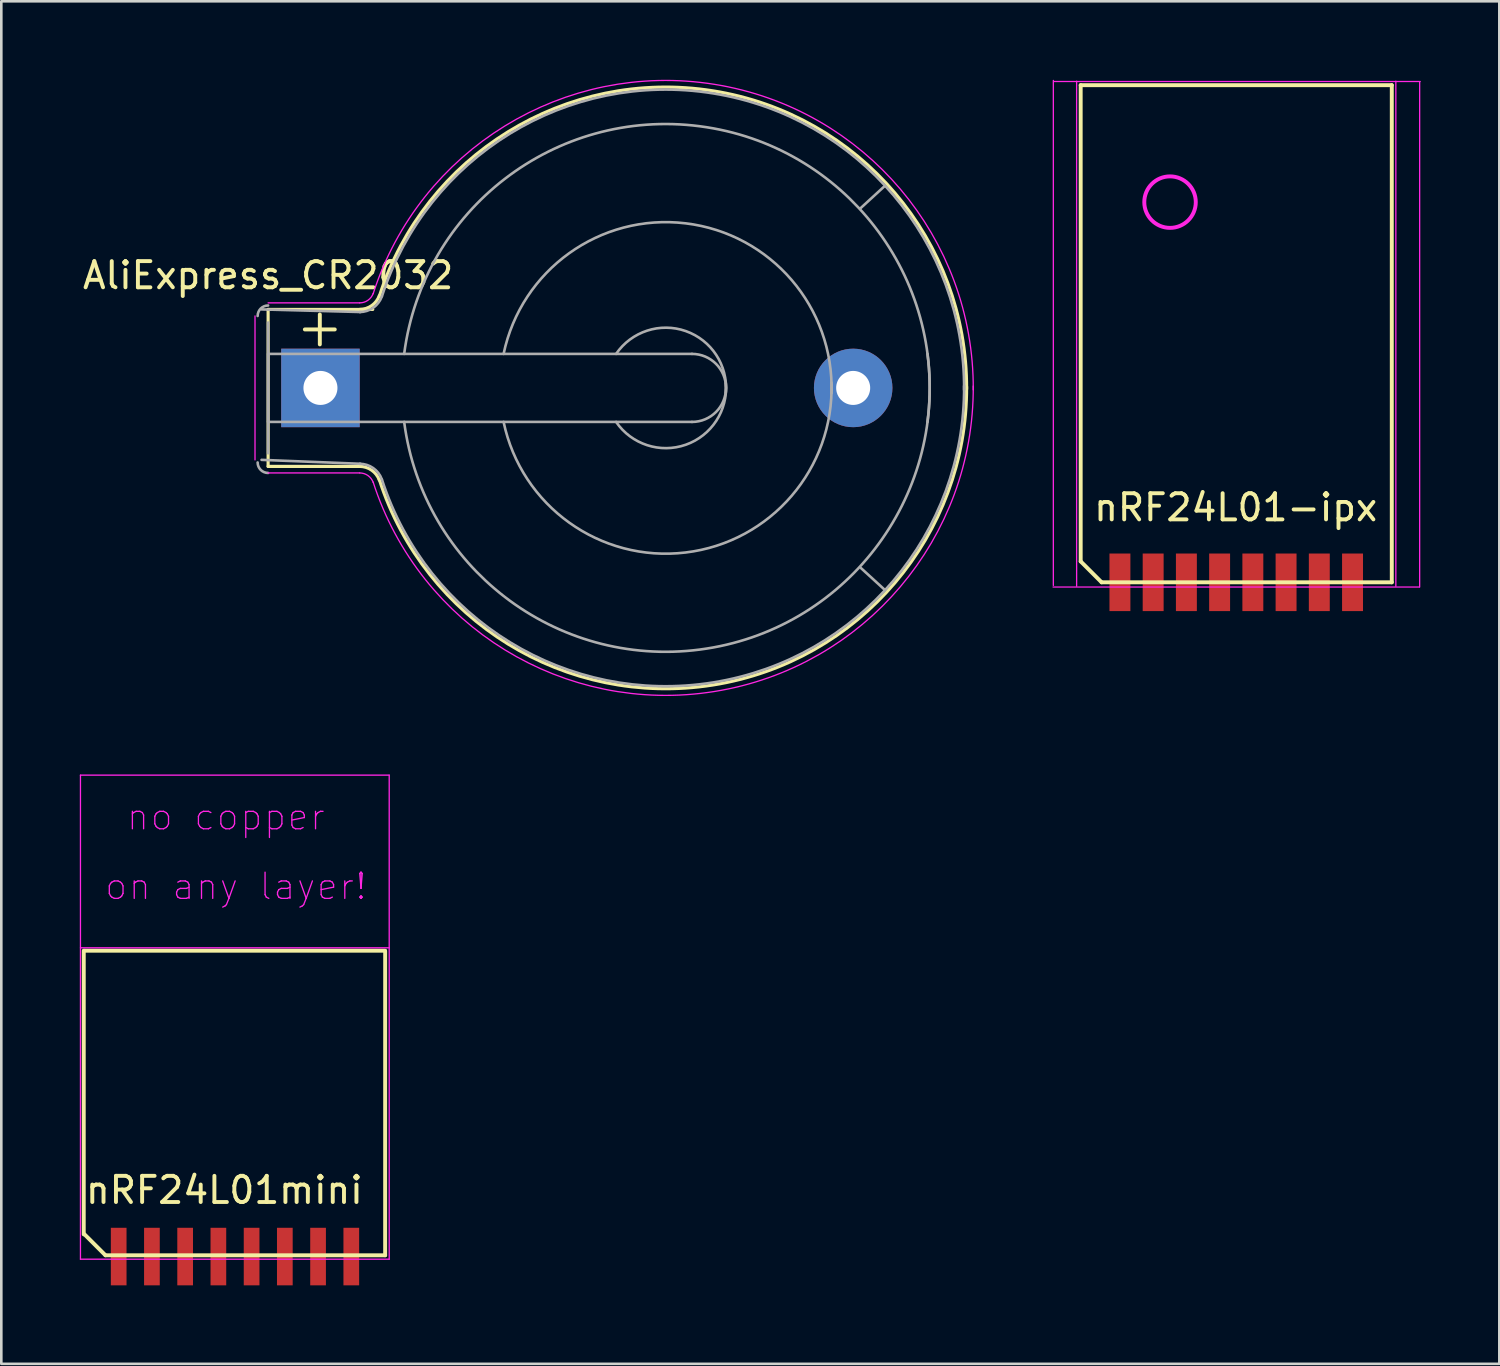
<source format=kicad_pcb>
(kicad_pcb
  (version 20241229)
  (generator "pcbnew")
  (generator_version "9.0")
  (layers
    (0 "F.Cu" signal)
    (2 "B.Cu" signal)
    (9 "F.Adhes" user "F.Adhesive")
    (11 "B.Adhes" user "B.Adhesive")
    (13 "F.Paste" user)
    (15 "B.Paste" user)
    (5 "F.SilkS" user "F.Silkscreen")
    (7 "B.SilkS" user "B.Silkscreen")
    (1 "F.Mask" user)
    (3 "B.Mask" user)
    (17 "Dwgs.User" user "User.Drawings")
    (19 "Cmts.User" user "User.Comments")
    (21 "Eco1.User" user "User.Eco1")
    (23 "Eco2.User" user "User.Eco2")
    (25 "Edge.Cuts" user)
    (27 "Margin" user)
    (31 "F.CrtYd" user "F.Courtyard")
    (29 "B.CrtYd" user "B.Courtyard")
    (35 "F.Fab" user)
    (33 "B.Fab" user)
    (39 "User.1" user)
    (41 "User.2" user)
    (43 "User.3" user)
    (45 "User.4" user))
  (footprint "AliExpress_CR2032"
    (layer "F.Cu")
    (at 9.173 11.712)
    (property "Reference" "AliExpress_CR2032" (at -1.976 -4.237 0) (layer "F.SilkS") (effects (font (size 1 1) (thickness 0.15))))
    (attr through_hole)
    (fp_line (start -1.976 -2.937) (end 2.023 -2.937) (stroke (width 0.12) (type solid)) (layer "F.SilkS"))
    (fp_line (start -1.976 3.063) (end -1.976 -2.937) (stroke (width 0.12) (type solid)) (layer "F.SilkS"))
    (fp_line (start -1.976 3.063) (end 1.524 3.063) (stroke (width 0.12) (type solid)) (layer "F.SilkS"))
    (fp_arc (start 1.5235 3.0635) (mid 1.982361 3.208178) (end 2.275254 3.589884) (stroke (width 0.12) (type solid)) (layer "F.SilkS"))
    (fp_arc (start 2.2735 -3.4365) (mid 15.017014 -11.29149) (end 24.719171 0.108781) (stroke (width 0.12) (type solid)) (layer "F.SilkS"))
    (fp_arc (start 2.275254 -3.462884) (mid 1.982361 -3.081178) (end 1.5235 -2.9365) (stroke (width 0.12) (type solid)) (layer "F.SilkS"))
    (fp_arc (start 24.719171 0.018219) (mid 15.017014 11.41849) (end 2.2735 3.5635) (stroke (width 0.12) (type solid)) (layer "F.SilkS"))
    (fp_line (start -2.477 2.813) (end -2.477 -2.687) (stroke (width 0.05) (type solid)) (layer "F.CrtYd"))
    (fp_line (start -1.976 -3.187) (end 1.524 -3.187) (stroke (width 0.05) (type solid)) (layer "F.CrtYd"))
    (fp_line (start -1.976 3.313) (end 1.524 3.313) (stroke (width 0.05) (type solid)) (layer "F.CrtYd"))
    (fp_arc (start 1.5235 3.3135) (mid 1.838967 3.412966) (end 2.040331 3.675389) (stroke (width 0.05) (type solid)) (layer "F.CrtYd"))
    (fp_arc (start 2.0385 -3.5365) (mid 15.080102 -11.538968) (end 24.973365 0.133487) (stroke (width 0.05) (type solid)) (layer "F.CrtYd"))
    (fp_arc (start 2.040331 -3.548389) (mid 1.838967 -3.285966) (end 1.5235 -3.1865) (stroke (width 0.05) (type solid)) (layer "F.CrtYd"))
    (fp_arc (start 24.973365 -0.006487) (mid 15.080102 11.665968) (end 2.0385 3.6635) (stroke (width 0.05) (type solid)) (layer "F.CrtYd"))
    (fp_line (start -2.227 2.813) (end 1.554 2.963) (stroke (width 0.1) (type solid)) (layer "F.Fab"))
    (fp_line (start -1.976 -2.437) (end -1.976 2.563) (stroke (width 0.1) (type solid)) (layer "F.Fab"))
    (fp_line (start -1.976 -1.236) (end -1.976 1.363) (stroke (width 0.1) (type solid)) (layer "F.Fab"))
    (fp_line (start -1.976 1.363) (end 14.223 1.363) (stroke (width 0.1) (type solid)) (layer "F.Fab"))
    (fp_line (start 1.554 -2.837) (end -2.227 -2.937) (stroke (width 0.1) (type solid)) (layer "F.Fab"))
    (fp_line (start 14.223 -1.236) (end -1.976 -1.236) (stroke (width 0.1) (type solid)) (layer "F.Fab"))
    (fp_line (start 21.595 -7.658) (end 20.655 -6.795) (stroke (width 0.1) (type solid)) (layer "F.Fab"))
    (fp_line (start 21.595 7.785) (end 20.68 6.947) (stroke (width 0.1) (type solid)) (layer "F.Fab"))
    (fp_arc (start -2.3765 -2.6865) (mid -2.259343 -2.969343) (end -1.9765 -3.0865) (stroke (width 0.1) (type solid)) (layer "F.Fab"))
    (fp_arc (start -1.9765 3.3135) (mid -2.259343 3.196343) (end -2.3765 2.9135) (stroke (width 0.1) (type solid)) (layer "F.Fab"))
    (fp_arc (start 1.5235 2.9635) (mid 2.039719 3.126263) (end 2.369223 3.555682) (stroke (width 0.1) (type solid)) (layer "F.Fab"))
    (fp_arc (start 2.369223 -3.428682) (mid 2.039719 -2.999263) (end 1.5235 -2.8365) (stroke (width 0.1) (type solid)) (layer "F.Fab"))
    (fp_arc (start 2.3735 -3.4365) (mid 15.032226 -11.192654) (end 24.623799 0.138851) (stroke (width 0.1) (type solid)) (layer "F.Fab"))
    (fp_arc (start 3.2235 -1.2365) (mid 14.5235 -9.9365) (end 23.2235 1.3635) (stroke (width 0.1) (type solid)) (layer "F.Fab"))
    (fp_arc (start 7.0235 -1.2365) (mid 13.978187 -6.22621) (end 19.555051 0.267131) (stroke (width 0.1) (type solid)) (layer "F.Fab"))
    (fp_arc (start 11.3235 -1.2365) (mid 13.987447 -2.108224) (end 15.518948 0.239333) (stroke (width 0.1) (type solid)) (layer "F.Fab"))
    (fp_arc (start 14.2235 -1.2365) (mid 15.5235 0.0635) (end 14.2235 1.3635) (stroke (width 0.1) (type solid)) (layer "F.Fab"))
    (fp_arc (start 15.518948 -0.112333) (mid 13.987447 2.235224) (end 11.3235 1.3635) (stroke (width 0.1) (type solid)) (layer "F.Fab"))
    (fp_arc (start 19.555051 -0.140131) (mid 13.978187 6.35321) (end 7.0235 1.3635) (stroke (width 0.1) (type solid)) (layer "F.Fab"))
    (fp_arc (start 23.2235 -1.2365) (mid 14.5235 10.0635) (end 3.2235 1.3635) (stroke (width 0.1) (type solid)) (layer "F.Fab"))
    (fp_arc (start 24.623799 -0.011851) (mid 15.032226 11.319654) (end 2.3735 3.5635) (stroke (width 0.1) (type solid)) (layer "F.Fab"))
    (fp_text user "+" (at 0 -2.286 0) (layer "F.SilkS") (effects (font (size 1.5 1.5) (thickness 0.15))))
    (pad "1" thru_hole rect (at 0.024 0.064) (size 3 3) (drill 1.3) (layers "*.Cu" "*.Mask"))
    (pad "2" thru_hole circle (at 20.384 0.064) (size 3 3) (drill 1.3) (layers "*.Cu" "*.Mask")))
  (footprint "nRF24L01-ipx"
    (layer "F.Cu")
    (at 44.197 19.205)
    (property "Reference" "nRF24L01-ipx" (at -0.02 -2.86 0) (layer "F.SilkS") (effects (font (size 1 1) (thickness 0.15))))
    (attr smd)
    (fp_line (start -5.945 -19) (end 5.945 -19) (stroke (width 0.15) (type solid)) (layer "F.SilkS"))
    (fp_line (start -5.945 -0.8) (end -5.945 -19) (stroke (width 0.15) (type solid)) (layer "F.SilkS"))
    (fp_line (start -5.145 0) (end -5.945 -0.8) (stroke (width 0.15) (type solid)) (layer "F.SilkS"))
    (fp_line (start 5.945 -19) (end 5.945 0) (stroke (width 0.15) (type solid)) (layer "F.SilkS"))
    (fp_line (start 5.945 0) (end -5.145 0) (stroke (width 0.15) (type solid)) (layer "F.SilkS"))
    (fp_line (start -6.99 0.12) (end -6.99 -19.18) (stroke (width 0.05) (type solid)) (layer "F.CrtYd"))
    (fp_line (start -6.97 -19.14) (end 7.03 -19.14) (stroke (width 0.05) (type solid)) (layer "F.CrtYd"))
    (fp_line (start -6.1 0.15) (end -6.1 -19.15) (stroke (width 0.05) (type solid)) (layer "F.CrtYd"))
    (fp_line (start 6.1 -19.15) (end 6.1 0.15) (stroke (width 0.05) (type solid)) (layer "F.CrtYd"))
    (fp_line (start 7 0.18) (end -7 0.18) (stroke (width 0.05) (type solid)) (layer "F.CrtYd"))
    (fp_line (start 7.01 0.18) (end 7.01 -19.12) (stroke (width 0.05) (type solid)) (layer "F.CrtYd"))
    (fp_circle (center -2.53 -14.53) (end -1.546 -14.53) (stroke (width 0.15) (type solid)) (fill no) (layer "F.CrtYd"))
    (pad "1" smd rect (at 4.445 0) (size 0.8 2.2) (layers "F.Cu" "F.Mask" "F.Paste"))
    (pad "2" smd rect (at -4.445 0) (size 0.8 2.2) (layers "F.Cu" "F.Mask" "F.Paste"))
    (pad "3" smd rect (at -3.175 0) (size 0.8 2.2) (layers "F.Cu" "F.Mask" "F.Paste"))
    (pad "4" smd rect (at -1.905 0) (size 0.8 2.2) (layers "F.Cu" "F.Mask" "F.Paste"))
    (pad "5" smd rect (at -0.635 0) (size 0.8 2.2) (layers "F.Cu" "F.Mask" "F.Paste"))
    (pad "6" smd rect (at 0.635 0) (size 0.8 2.2) (layers "F.Cu" "F.Mask" "F.Paste"))
    (pad "7" smd rect (at 1.905 0) (size 0.8 2.2) (layers "F.Cu" "F.Mask" "F.Paste"))
    (pad "8" smd rect (at 3.175 0) (size 0.8 2.2) (layers "F.Cu" "F.Mask" "F.Paste")))
  (footprint "nRF24L01mini"
    (layer "F.Cu")
    (at 5.931 44.974)
    (property "Reference" "nRF24L01mini" (at -0.406 -2.54 0) (layer "F.SilkS") (effects (font (size 1 1) (thickness 0.15))))
    (attr smd)
    (fp_line (start -5.781 -0.849) (end -5.78 -11.69) (stroke (width 0.15) (type solid)) (layer "F.SilkS"))
    (fp_line (start -5.756 -11.689) (end 5.734 -11.689) (stroke (width 0.15) (type solid)) (layer "F.SilkS"))
    (fp_line (start -4.951 -0.049) (end -5.751 -0.849) (stroke (width 0.15) (type solid)) (layer "F.SilkS"))
    (fp_line (start 5.739 -0.049) (end -4.951 -0.049) (stroke (width 0.15) (type solid)) (layer "F.SilkS"))
    (fp_line (start 5.74 -11.68) (end 5.739 -0.049) (stroke (width 0.15) (type solid)) (layer "F.SilkS"))
    (fp_line (start -5.906 -18.399) (end 5.894 -18.399) (stroke (width 0.05) (type solid)) (layer "F.CrtYd"))
    (fp_line (start -5.906 0.101) (end -5.906 -18.399) (stroke (width 0.05) (type solid)) (layer "F.CrtYd"))
    (fp_line (start -5.905 -11.8) (end 5.895 -11.8) (stroke (width 0.05) (type solid)) (layer "F.CrtYd"))
    (fp_line (start 5.894 -18.399) (end 5.894 0.101) (stroke (width 0.05) (type solid)) (layer "F.CrtYd"))
    (fp_line (start 5.894 0.101) (end -5.906 0.101) (stroke (width 0.05) (type solid)) (layer "F.CrtYd"))
    (fp_text user "on any layer!" (at 0.03 -14.15 0) (layer "F.CrtYd") (effects (font (size 1 1) (thickness 0.05))))
    (fp_text user "no copper" (at -0.35 -16.81 0) (layer "F.CrtYd") (effects (font (size 1 1) (thickness 0.05))))
    (pad "1" smd rect (at -3.175 0) (size 0.6 2.2) (layers "F.Cu" "F.Mask" "F.Paste"))
    (pad "2" smd rect (at -4.445 0) (size 0.6 2.2) (layers "F.Cu" "F.Mask" "F.Paste"))
    (pad "3" smd rect (at -1.905 0) (size 0.6 2.2) (layers "F.Cu" "F.Mask" "F.Paste"))
    (pad "4" smd rect (at -0.635 0) (size 0.6 2.2) (layers "F.Cu" "F.Mask" "F.Paste"))
    (pad "5" smd rect (at 0.635 0) (size 0.6 2.2) (layers "F.Cu" "F.Mask" "F.Paste"))
    (pad "6" smd rect (at 1.905 0) (size 0.6 2.2) (layers "F.Cu" "F.Mask" "F.Paste"))
    (pad "7" smd rect (at 3.175 0) (size 0.6 2.2) (layers "F.Cu" "F.Mask" "F.Paste"))
    (pad "8" smd rect (at 4.445 0) (size 0.6 2.2) (layers "F.Cu" "F.Mask" "F.Paste")))
  (gr_rect
    (start -3 -3)
    (end 54.252 49.074)
    (stroke (width 0.1) (type default))
    (fill no)
    (layer "Edge.Cuts")))
</source>
